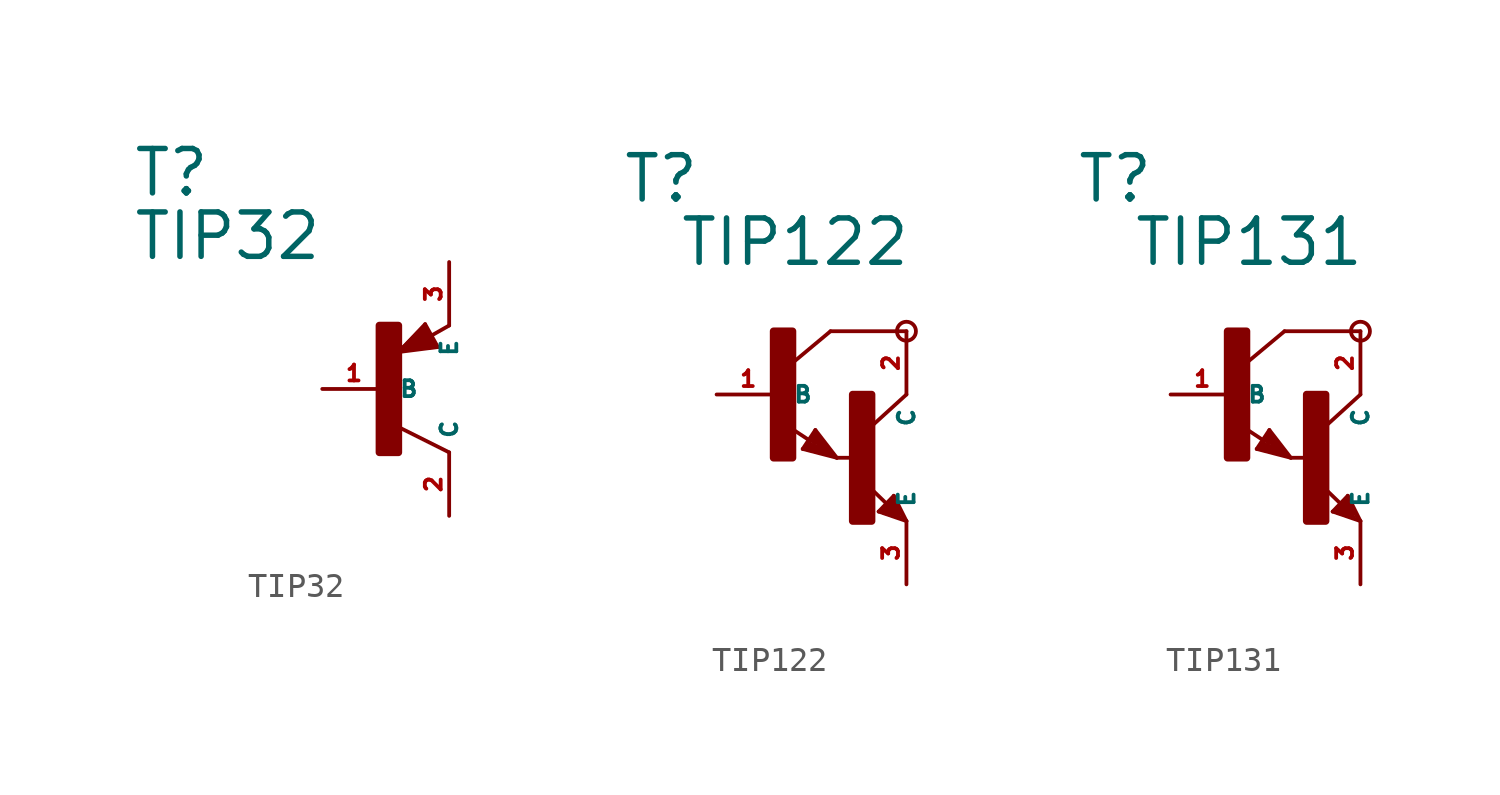
<source format=kicad_sym>
(kicad_symbol_lib
  (version 20220914)
  (generator Eagle2Kicad)
  (symbol "TIP32"
    (property "Reference" "T"
      (at -10.16 7.62 0)
      (effects (font (size 1.778 1.778) (thickness 0.22)) (justify left bottom)))
    (property "Value" "TIP32"
      (at -10.16 5.08 0)
      (effects (font (size 1.778 1.778) (thickness 0.22)) (justify left bottom)))
    (polyline
      (pts (xy 2.086 1.678) (xy 1.578 2.594))
      (stroke (width 0.152) (type default))
      (fill (type none)))
    (polyline
      (pts (xy 1.578 2.594) (xy 0.516 1.478))
      (stroke (width 0.152) (type default))
      (fill (type none)))
    (polyline
      (pts (xy 0.516 1.478) (xy 2.086 1.678))
      (stroke (width 0.152) (type default))
      (fill (type none)))
    (polyline
      (pts (xy 2.54 2.54) (xy 1.808 2.124))
      (stroke (width 0.152) (type default))
      (fill (type none)))
    (polyline
      (pts (xy 2.54 -2.54) (xy 0.508 -1.524))
      (stroke (width 0.152) (type default))
      (fill (type none)))
    (polyline
      (pts (xy 1.905 1.778) (xy 1.524 2.413))
      (stroke (width 0.254) (type default))
      (fill (type none)))
    (polyline
      (pts (xy 1.524 2.413) (xy 0.762 1.651))
      (stroke (width 0.254) (type default))
      (fill (type none)))
    (polyline
      (pts (xy 0.762 1.651) (xy 1.778 1.778))
      (stroke (width 0.254) (type default))
      (fill (type none)))
    (polyline
      (pts (xy 1.778 1.778) (xy 1.524 2.159))
      (stroke (width 0.254) (type default))
      (fill (type none)))
    (polyline
      (pts (xy 1.524 2.159) (xy 1.143 1.905))
      (stroke (width 0.254) (type default))
      (fill (type none)))
    (polyline
      (pts (xy 1.143 1.905) (xy 1.524 1.905))
      (stroke (width 0.254) (type default))
      (fill (type none)))
    (rectangle
      (start -0.254 -2.54)
      (end 0.508 2.54)
      (stroke (width 0.3) (type default))
      (fill (type outline)))
    (pin passive line
      (at -2.54 0 0)
      (length 2.54)
      (name "B" (effects (font (size 0.635 0.635) (thickness 0.08)) (justify left bottom)))
      (number "1" (effects (font (size 0.635 0.635) (thickness 0.08)) (justify left bottom))))
    (pin passive line
      (at 2.54 5.08 270)
      (length 2.54)
      (name "E" (effects (font (size 0.635 0.635) (thickness 0.08)) (justify left bottom)))
      (number "3" (effects (font (size 0.635 0.635) (thickness 0.08)) (justify left bottom))))
    (pin passive line
      (at 2.54 -5.08 90)
      (length 2.54)
      (name "C" (effects (font (size 0.635 0.635) (thickness 0.08)) (justify left bottom)))
      (number "2" (effects (font (size 0.635 0.635) (thickness 0.08)) (justify left bottom)))))
  (symbol "TIP122"
    (property "Reference" "T"
      (at -6.35 7.62 0)
      (effects (font (size 1.778 1.778) (thickness 0.22)) (justify left bottom)))
    (property "Value" "TIP122"
      (at -4.064 5.08 0)
      (effects (font (size 1.778 1.778) (thickness 0.22)) (justify left bottom)))
    (polyline
      (pts (xy 5.08 2.54) (xy 2.032 2.54))
      (stroke (width 0.152) (type default))
      (fill (type none)))
    (polyline
      (pts (xy 1.424 -1.424) (xy 2.286 -2.54))
      (stroke (width 0.152) (type default))
      (fill (type none)))
    (polyline
      (pts (xy 2.921 -2.54) (xy 2.286 -2.54))
      (stroke (width 0.152) (type default))
      (fill (type none)))
    (polyline
      (pts (xy 0.916 -2.186) (xy 1.424 -1.424))
      (stroke (width 0.152) (type default))
      (fill (type none)))
    (polyline
      (pts (xy 2.286 -2.54) (xy 0.916 -2.186))
      (stroke (width 0.152) (type default))
      (fill (type none)))
    (polyline
      (pts (xy 2.032 2.54) (xy 0.508 1.27))
      (stroke (width 0.152) (type default))
      (fill (type none)))
    (polyline
      (pts (xy 5.08 0) (xy 3.683 -1.27))
      (stroke (width 0.152) (type default))
      (fill (type none)))
    (polyline
      (pts (xy 5.08 -5.08) (xy 3.964 -4.699))
      (stroke (width 0.152) (type default))
      (fill (type none)))
    (polyline
      (pts (xy 4.572 -4.064) (xy 5.08 -5.08))
      (stroke (width 0.152) (type default))
      (fill (type none)))
    (polyline
      (pts (xy 3.964 -4.699) (xy 4.572 -4.064))
      (stroke (width 0.152) (type default))
      (fill (type none)))
    (polyline
      (pts (xy 1.186 -1.84) (xy 0.208 -1.197))
      (stroke (width 0.152) (type default))
      (fill (type none)))
    (polyline
      (pts (xy 4.28 -4.38) (xy 3.483 -3.61))
      (stroke (width 0.152) (type default))
      (fill (type none)))
    (polyline
      (pts (xy 2.159 -2.413) (xy 1.397 -1.524))
      (stroke (width 0.127) (type default))
      (fill (type none)))
    (polyline
      (pts (xy 1.397 -1.524) (xy 1.016 -2.159))
      (stroke (width 0.127) (type default))
      (fill (type none)))
    (polyline
      (pts (xy 1.016 -2.159) (xy 2.032 -2.413))
      (stroke (width 0.127) (type default))
      (fill (type none)))
    (polyline
      (pts (xy 2.032 -2.413) (xy 1.397 -1.651))
      (stroke (width 0.127) (type default))
      (fill (type none)))
    (polyline
      (pts (xy 1.397 -1.651) (xy 1.143 -2.032))
      (stroke (width 0.127) (type default))
      (fill (type none)))
    (polyline
      (pts (xy 1.143 -2.032) (xy 1.905 -2.286))
      (stroke (width 0.254) (type default))
      (fill (type none)))
    (polyline
      (pts (xy 1.905 -2.286) (xy 1.397 -1.778))
      (stroke (width 0.254) (type default))
      (fill (type none)))
    (polyline
      (pts (xy 1.397 -1.778) (xy 1.397 -1.905))
      (stroke (width 0.254) (type default))
      (fill (type none)))
    (polyline
      (pts (xy 4.953 -4.953) (xy 4.572 -4.191))
      (stroke (width 0.127) (type default))
      (fill (type none)))
    (polyline
      (pts (xy 4.572 -4.191) (xy 4.064 -4.699))
      (stroke (width 0.127) (type default))
      (fill (type none)))
    (polyline
      (pts (xy 4.064 -4.699) (xy 4.826 -4.953))
      (stroke (width 0.127) (type default))
      (fill (type none)))
    (polyline
      (pts (xy 4.826 -4.953) (xy 4.572 -4.318))
      (stroke (width 0.127) (type default))
      (fill (type none)))
    (polyline
      (pts (xy 4.572 -4.318) (xy 4.191 -4.699))
      (stroke (width 0.254) (type default))
      (fill (type none)))
    (polyline
      (pts (xy 4.191 -4.699) (xy 4.699 -4.826))
      (stroke (width 0.254) (type default))
      (fill (type none)))
    (polyline
      (pts (xy 4.699 -4.826) (xy 4.572 -4.572))
      (stroke (width 0.254) (type default))
      (fill (type none)))
    (polyline
      (pts (xy 4.572 -4.572) (xy 4.445 -4.572))
      (stroke (width 0.254) (type default))
      (fill (type none)))
    (circle
      (center 5.08 2.54)
      (radius 0.381)
      (stroke (width 0) (type default))
      (fill (type none)))
    (rectangle
      (start -0.254 -2.54)
      (end 0.508 2.54)
      (stroke (width 0.3) (type default))
      (fill (type outline)))
    (rectangle
      (start 2.921 -5.08)
      (end 3.683 0)
      (stroke (width 0.3) (type default))
      (fill (type outline)))
    (pin passive line
      (at -2.54 0 0)
      (length 2.54)
      (name "B" (effects (font (size 0.635 0.635) (thickness 0.08)) (justify left bottom)))
      (number "1" (effects (font (size 0.635 0.635) (thickness 0.08)) (justify left bottom))))
    (pin passive line
      (at 5.08 -7.62 90)
      (length 2.54)
      (name "E" (effects (font (size 0.635 0.635) (thickness 0.08)) (justify left bottom)))
      (number "3" (effects (font (size 0.635 0.635) (thickness 0.08)) (justify left bottom))))
    (pin passive line
      (at 5.08 2.54 270)
      (length 2.54)
      (name "C" (effects (font (size 0.635 0.635) (thickness 0.08)) (justify left bottom)))
      (number "2" (effects (font (size 0.635 0.635) (thickness 0.08)) (justify left bottom)))))
  (symbol "TIP131"
    (property "Reference" "T"
      (at -6.35 7.62 0)
      (effects (font (size 1.778 1.778) (thickness 0.22)) (justify left bottom)))
    (property "Value" "TIP131"
      (at -4.064 5.08 0)
      (effects (font (size 1.778 1.778) (thickness 0.22)) (justify left bottom)))
    (polyline
      (pts (xy 5.08 2.54) (xy 2.032 2.54))
      (stroke (width 0.152) (type default))
      (fill (type none)))
    (polyline
      (pts (xy 1.424 -1.424) (xy 2.286 -2.54))
      (stroke (width 0.152) (type default))
      (fill (type none)))
    (polyline
      (pts (xy 2.921 -2.54) (xy 2.286 -2.54))
      (stroke (width 0.152) (type default))
      (fill (type none)))
    (polyline
      (pts (xy 0.916 -2.186) (xy 1.424 -1.424))
      (stroke (width 0.152) (type default))
      (fill (type none)))
    (polyline
      (pts (xy 2.286 -2.54) (xy 0.916 -2.186))
      (stroke (width 0.152) (type default))
      (fill (type none)))
    (polyline
      (pts (xy 2.032 2.54) (xy 0.508 1.27))
      (stroke (width 0.152) (type default))
      (fill (type none)))
    (polyline
      (pts (xy 5.08 0) (xy 3.683 -1.27))
      (stroke (width 0.152) (type default))
      (fill (type none)))
    (polyline
      (pts (xy 5.08 -5.08) (xy 3.964 -4.699))
      (stroke (width 0.152) (type default))
      (fill (type none)))
    (polyline
      (pts (xy 4.572 -4.064) (xy 5.08 -5.08))
      (stroke (width 0.152) (type default))
      (fill (type none)))
    (polyline
      (pts (xy 3.964 -4.699) (xy 4.572 -4.064))
      (stroke (width 0.152) (type default))
      (fill (type none)))
    (polyline
      (pts (xy 1.186 -1.84) (xy 0.208 -1.197))
      (stroke (width 0.152) (type default))
      (fill (type none)))
    (polyline
      (pts (xy 4.28 -4.38) (xy 3.483 -3.61))
      (stroke (width 0.152) (type default))
      (fill (type none)))
    (polyline
      (pts (xy 2.159 -2.413) (xy 1.397 -1.524))
      (stroke (width 0.127) (type default))
      (fill (type none)))
    (polyline
      (pts (xy 1.397 -1.524) (xy 1.016 -2.159))
      (stroke (width 0.127) (type default))
      (fill (type none)))
    (polyline
      (pts (xy 1.016 -2.159) (xy 2.032 -2.413))
      (stroke (width 0.127) (type default))
      (fill (type none)))
    (polyline
      (pts (xy 2.032 -2.413) (xy 1.397 -1.651))
      (stroke (width 0.127) (type default))
      (fill (type none)))
    (polyline
      (pts (xy 1.397 -1.651) (xy 1.143 -2.032))
      (stroke (width 0.127) (type default))
      (fill (type none)))
    (polyline
      (pts (xy 1.143 -2.032) (xy 1.905 -2.286))
      (stroke (width 0.254) (type default))
      (fill (type none)))
    (polyline
      (pts (xy 1.905 -2.286) (xy 1.397 -1.778))
      (stroke (width 0.254) (type default))
      (fill (type none)))
    (polyline
      (pts (xy 1.397 -1.778) (xy 1.397 -1.905))
      (stroke (width 0.254) (type default))
      (fill (type none)))
    (polyline
      (pts (xy 4.953 -4.953) (xy 4.572 -4.191))
      (stroke (width 0.127) (type default))
      (fill (type none)))
    (polyline
      (pts (xy 4.572 -4.191) (xy 4.064 -4.699))
      (stroke (width 0.127) (type default))
      (fill (type none)))
    (polyline
      (pts (xy 4.064 -4.699) (xy 4.826 -4.953))
      (stroke (width 0.127) (type default))
      (fill (type none)))
    (polyline
      (pts (xy 4.826 -4.953) (xy 4.572 -4.318))
      (stroke (width 0.127) (type default))
      (fill (type none)))
    (polyline
      (pts (xy 4.572 -4.318) (xy 4.191 -4.699))
      (stroke (width 0.254) (type default))
      (fill (type none)))
    (polyline
      (pts (xy 4.191 -4.699) (xy 4.699 -4.826))
      (stroke (width 0.254) (type default))
      (fill (type none)))
    (polyline
      (pts (xy 4.699 -4.826) (xy 4.572 -4.572))
      (stroke (width 0.254) (type default))
      (fill (type none)))
    (polyline
      (pts (xy 4.572 -4.572) (xy 4.445 -4.572))
      (stroke (width 0.254) (type default))
      (fill (type none)))
    (circle
      (center 5.08 2.54)
      (radius 0.381)
      (stroke (width 0) (type default))
      (fill (type none)))
    (rectangle
      (start -0.254 -2.54)
      (end 0.508 2.54)
      (stroke (width 0.3) (type default))
      (fill (type outline)))
    (rectangle
      (start 2.921 -5.08)
      (end 3.683 0)
      (stroke (width 0.3) (type default))
      (fill (type outline)))
    (pin passive line
      (at -2.54 0 0)
      (length 2.54)
      (name "B" (effects (font (size 0.635 0.635) (thickness 0.08)) (justify left bottom)))
      (number "1" (effects (font (size 0.635 0.635) (thickness 0.08)) (justify left bottom))))
    (pin passive line
      (at 5.08 -7.62 90)
      (length 2.54)
      (name "E" (effects (font (size 0.635 0.635) (thickness 0.08)) (justify left bottom)))
      (number "3" (effects (font (size 0.635 0.635) (thickness 0.08)) (justify left bottom))))
    (pin passive line
      (at 5.08 2.54 270)
      (length 2.54)
      (name "C" (effects (font (size 0.635 0.635) (thickness 0.08)) (justify left bottom)))
      (number "2" (effects (font (size 0.635 0.635) (thickness 0.08)) (justify left bottom))))))
</source>
